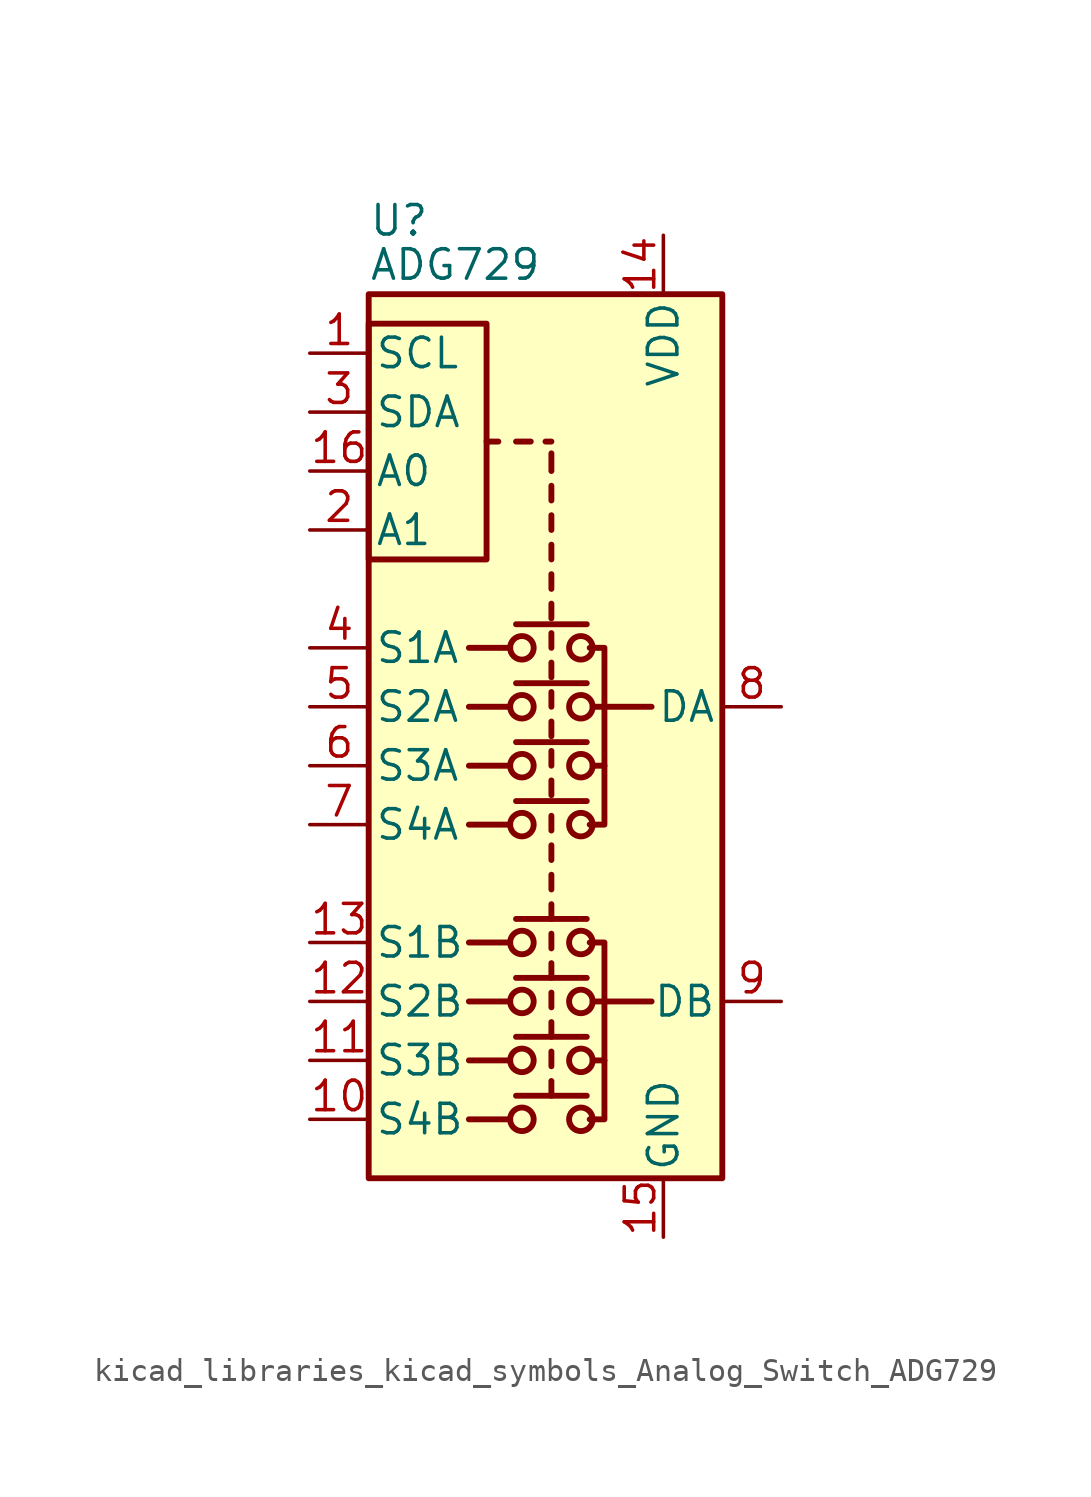
<source format=kicad_sym>
(kicad_symbol_lib
  (version 20220914)
  (generator kicad_symbol_editor)
  (symbol "kicad_libraries_kicad_symbols_Analog_Switch_ADG729"
    (pin_names
      (offset 0.254))
    (property "Reference" "U"
      (at -7.62 20.955 0)
      (effects (font (size 1.27 1.27)) (justify left)))
    (property "Value" "ADG729"
      (at -7.62 19.05 0)
      (effects (font (size 1.27 1.27)) (justify left)))
    (symbol "kicad_libraries_kicad_symbols_Analog_Switch_ADG729_0_1"
      (rectangle (start -7.62 6.35) (end -2.54 16.51) (stroke (width 0.254) (type default)) (fill (type none)))
      (rectangle (start -7.62 17.78) (end 7.62 -20.32) (stroke (width 0.254) (type default)) (fill (type background)))
      (circle (center -1.016 -17.78) (radius 0.508) (stroke (width 0.254) (type default)) (fill (type none)))
      (circle (center -1.016 -15.24) (radius 0.508) (stroke (width 0.254) (type default)) (fill (type none)))
      (circle (center -1.016 -12.7) (radius 0.508) (stroke (width 0.254) (type default)) (fill (type none)))
      (circle (center -1.016 -10.16) (radius 0.508) (stroke (width 0.254) (type default)) (fill (type none)))
      (circle (center -1.016 -5.08) (radius 0.508) (stroke (width 0.254) (type default)) (fill (type none)))
      (circle (center -1.016 -2.54) (radius 0.508) (stroke (width 0.254) (type default)) (fill (type none)))
      (circle (center -1.016 0) (radius 0.508) (stroke (width 0.254) (type default)) (fill (type none)))
      (circle (center -1.016 2.54) (radius 0.508) (stroke (width 0.254) (type default)) (fill (type none)))
      (polyline (pts (xy -2.032 11.43) (xy -2.54 11.43)) (stroke (width 0.254) (type default)) (fill (type none)))
      (polyline (pts (xy -1.524 -17.78) (xy -3.302 -17.78)) (stroke (width 0.254) (type default)) (fill (type none)))
      (polyline (pts (xy -1.524 -15.24) (xy -3.302 -15.24)) (stroke (width 0.254) (type default)) (fill (type none)))
      (polyline (pts (xy -1.524 -12.7) (xy -3.302 -12.7)) (stroke (width 0.254) (type default)) (fill (type none)))
      (polyline (pts (xy -1.524 -10.16) (xy -3.302 -10.16)) (stroke (width 0.254) (type default)) (fill (type none)))
      (polyline (pts (xy -1.524 -5.08) (xy -3.302 -5.08)) (stroke (width 0.254) (type default)) (fill (type none)))
      (polyline (pts (xy -1.524 -2.54) (xy -3.302 -2.54)) (stroke (width 0.254) (type default)) (fill (type none)))
      (polyline (pts (xy -1.524 0) (xy -3.302 0)) (stroke (width 0.254) (type default)) (fill (type none)))
      (polyline (pts (xy -1.524 2.54) (xy -3.302 2.54)) (stroke (width 0.254) (type default)) (fill (type none)))
      (polyline (pts (xy -1.27 -16.764) (xy 1.778 -16.764)) (stroke (width 0.254) (type default)) (fill (type none)))
      (polyline (pts (xy -1.27 -14.224) (xy 1.778 -14.224)) (stroke (width 0.254) (type default)) (fill (type none)))
      (polyline (pts (xy -1.27 -11.684) (xy 1.778 -11.684)) (stroke (width 0.254) (type default)) (fill (type none)))
      (polyline (pts (xy -1.27 -9.144) (xy 1.778 -9.144)) (stroke (width 0.254) (type default)) (fill (type none)))
      (polyline (pts (xy -1.27 -4.064) (xy 1.778 -4.064)) (stroke (width 0.254) (type default)) (fill (type none)))
      (polyline (pts (xy -1.27 -1.524) (xy 1.778 -1.524)) (stroke (width 0.254) (type default)) (fill (type none)))
      (polyline (pts (xy -1.27 1.016) (xy 1.778 1.016)) (stroke (width 0.254) (type default)) (fill (type none)))
      (polyline (pts (xy -1.27 3.556) (xy 1.778 3.556)) (stroke (width 0.254) (type default)) (fill (type none)))
      (polyline (pts (xy -1.27 11.43) (xy -0.635 11.43)) (stroke (width 0.254) (type default)) (fill (type none)))
      (polyline (pts (xy 0.254 -16.764) (xy 0.254 -16.129)) (stroke (width 0.254) (type default)) (fill (type none)))
      (polyline (pts (xy 0.254 -15.494) (xy 0.254 -14.859)) (stroke (width 0.254) (type default)) (fill (type none)))
      (polyline (pts (xy 0.254 -14.224) (xy 0.254 -13.589)) (stroke (width 0.254) (type default)) (fill (type none)))
      (polyline (pts (xy 0.254 -12.954) (xy 0.254 -12.319)) (stroke (width 0.254) (type default)) (fill (type none)))
      (polyline (pts (xy 0.254 -11.684) (xy 0.254 -11.049)) (stroke (width 0.254) (type default)) (fill (type none)))
      (polyline (pts (xy 0.254 -10.414) (xy 0.254 -9.779)) (stroke (width 0.254) (type default)) (fill (type none)))
      (polyline (pts (xy 0.254 -9.144) (xy 0.254 -8.509)) (stroke (width 0.254) (type default)) (fill (type none)))
      (polyline (pts (xy 0.254 -7.874) (xy 0.254 -7.239)) (stroke (width 0.254) (type default)) (fill (type none)))
      (polyline (pts (xy 0.254 -6.604) (xy 0.254 -5.969)) (stroke (width 0.254) (type default)) (fill (type none)))
      (polyline (pts (xy 0.254 -5.334) (xy 0.254 -4.699)) (stroke (width 0.254) (type default)) (fill (type none)))
      (polyline (pts (xy 0.254 -3.81) (xy 0.254 -3.175)) (stroke (width 0.254) (type default)) (fill (type none)))
      (polyline (pts (xy 0.254 -2.54) (xy 0.254 -1.905)) (stroke (width 0.254) (type default)) (fill (type none)))
      (polyline (pts (xy 0.254 -1.27) (xy 0.254 -0.635)) (stroke (width 0.254) (type default)) (fill (type none)))
      (polyline (pts (xy 0.254 0) (xy 0.254 0.635)) (stroke (width 0.254) (type default)) (fill (type none)))
      (polyline (pts (xy 0.254 1.27) (xy 0.254 1.905)) (stroke (width 0.254) (type default)) (fill (type none)))
      (polyline (pts (xy 0.254 2.54) (xy 0.254 3.175)) (stroke (width 0.254) (type default)) (fill (type none)))
      (polyline (pts (xy 0.254 3.81) (xy 0.254 4.445)) (stroke (width 0.254) (type default)) (fill (type none)))
      (polyline (pts (xy 0.254 5.08) (xy 0.254 5.715)) (stroke (width 0.254) (type default)) (fill (type none)))
      (polyline (pts (xy 0.254 6.35) (xy 0.254 6.985)) (stroke (width 0.254) (type default)) (fill (type none)))
      (polyline (pts (xy 0.254 7.62) (xy 0.254 8.255)) (stroke (width 0.254) (type default)) (fill (type none)))
      (polyline (pts (xy 0.254 8.89) (xy 0.254 9.525)) (stroke (width 0.254) (type default)) (fill (type none)))
      (polyline (pts (xy 0.254 10.16) (xy 0.254 10.922)) (stroke (width 0.254) (type default)) (fill (type none)))
      (polyline (pts (xy 0.254 11.43) (xy 0 11.43)) (stroke (width 0.254) (type default)) (fill (type none)))
      (polyline (pts (xy 2.032 -15.24) (xy 2.54 -15.24)) (stroke (width 0.254) (type default)) (fill (type none)))
      (polyline (pts (xy 2.032 -12.7) (xy 2.54 -12.7)) (stroke (width 0.254) (type default)) (fill (type none)))
      (polyline (pts (xy 2.032 -2.54) (xy 2.54 -2.54)) (stroke (width 0.254) (type default)) (fill (type none)))
      (polyline (pts (xy 2.032 0) (xy 2.54 0)) (stroke (width 0.254) (type default)) (fill (type none)))
      (polyline (pts (xy 2.54 0) (xy 4.572 0)) (stroke (width 0.254) (type default)) (fill (type none)))
      (polyline (pts (xy 4.572 -12.7) (xy 2.54 -12.7)) (stroke (width 0.254) (type default)) (fill (type none)))
      (polyline (pts (xy 1.905 -10.16) (xy 2.54 -10.16) (xy 2.54 -17.78) (xy 1.905 -17.78)) (stroke (width 0.254) (type default)) (fill (type none)))
      (polyline (pts (xy 1.905 -5.08) (xy 2.54 -5.08) (xy 2.54 2.54) (xy 1.905 2.54)) (stroke (width 0.254) (type default)) (fill (type none)))
      (circle (center 1.524 -17.78) (radius 0.508) (stroke (width 0.254) (type default)) (fill (type none)))
      (circle (center 1.524 -15.24) (radius 0.508) (stroke (width 0.254) (type default)) (fill (type none)))
      (circle (center 1.524 -12.7) (radius 0.508) (stroke (width 0.254) (type default)) (fill (type none)))
      (circle (center 1.524 -10.16) (radius 0.508) (stroke (width 0.254) (type default)) (fill (type none)))
      (circle (center 1.524 -5.08) (radius 0.508) (stroke (width 0.254) (type default)) (fill (type none)))
      (circle (center 1.524 -2.54) (radius 0.508) (stroke (width 0.254) (type default)) (fill (type none)))
      (circle (center 1.524 0) (radius 0.508) (stroke (width 0.254) (type default)) (fill (type none)))
      (circle (center 1.524 2.54) (radius 0.508) (stroke (width 0.254) (type default)) (fill (type none))))
    (symbol "kicad_libraries_kicad_symbols_Analog_Switch_ADG729_1_1"
      (pin input line (at -10.16 15.24 0) (length 2.54) (name "SCL" (effects (font (size 1.27 1.27)))) (number "1" (effects (font (size 1.27 1.27)))))
      (pin bidirectional line (at -10.16 -17.78 0) (length 2.54) (name "S4B" (effects (font (size 1.27 1.27)))) (number "10" (effects (font (size 1.27 1.27)))))
      (pin bidirectional line (at -10.16 -15.24 0) (length 2.54) (name "S3B" (effects (font (size 1.27 1.27)))) (number "11" (effects (font (size 1.27 1.27)))))
      (pin bidirectional line (at -10.16 -12.7 0) (length 2.54) (name "S2B" (effects (font (size 1.27 1.27)))) (number "12" (effects (font (size 1.27 1.27)))))
      (pin bidirectional line (at -10.16 -10.16 0) (length 2.54) (name "S1B" (effects (font (size 1.27 1.27)))) (number "13" (effects (font (size 1.27 1.27)))))
      (pin power_in line (at 5.08 20.32 270) (length 2.54) (name "VDD" (effects (font (size 1.27 1.27)))) (number "14" (effects (font (size 1.27 1.27)))))
      (pin power_in line (at 5.08 -22.86 90) (length 2.54) (name "GND" (effects (font (size 1.27 1.27)))) (number "15" (effects (font (size 1.27 1.27)))))
      (pin input line (at -10.16 10.16 0) (length 2.54) (name "A0" (effects (font (size 1.27 1.27)))) (number "16" (effects (font (size 1.27 1.27)))))
      (pin input line (at -10.16 7.62 0) (length 2.54) (name "A1" (effects (font (size 1.27 1.27)))) (number "2" (effects (font (size 1.27 1.27)))))
      (pin bidirectional line (at -10.16 12.7 0) (length 2.54) (name "SDA" (effects (font (size 1.27 1.27)))) (number "3" (effects (font (size 1.27 1.27)))))
      (pin bidirectional line (at -10.16 2.54 0) (length 2.54) (name "S1A" (effects (font (size 1.27 1.27)))) (number "4" (effects (font (size 1.27 1.27)))))
      (pin bidirectional line (at -10.16 0 0) (length 2.54) (name "S2A" (effects (font (size 1.27 1.27)))) (number "5" (effects (font (size 1.27 1.27)))))
      (pin bidirectional line (at -10.16 -2.54 0) (length 2.54) (name "S3A" (effects (font (size 1.27 1.27)))) (number "6" (effects (font (size 1.27 1.27)))))
      (pin bidirectional line (at -10.16 -5.08 0) (length 2.54) (name "S4A" (effects (font (size 1.27 1.27)))) (number "7" (effects (font (size 1.27 1.27)))))
      (pin bidirectional line (at 10.16 0 180) (length 2.54) (name "DA" (effects (font (size 1.27 1.27)))) (number "8" (effects (font (size 1.27 1.27)))))
      (pin bidirectional line (at 10.16 -12.7 180) (length 2.54) (name "DB" (effects (font (size 1.27 1.27)))) (number "9" (effects (font (size 1.27 1.27))))))))
</source>
